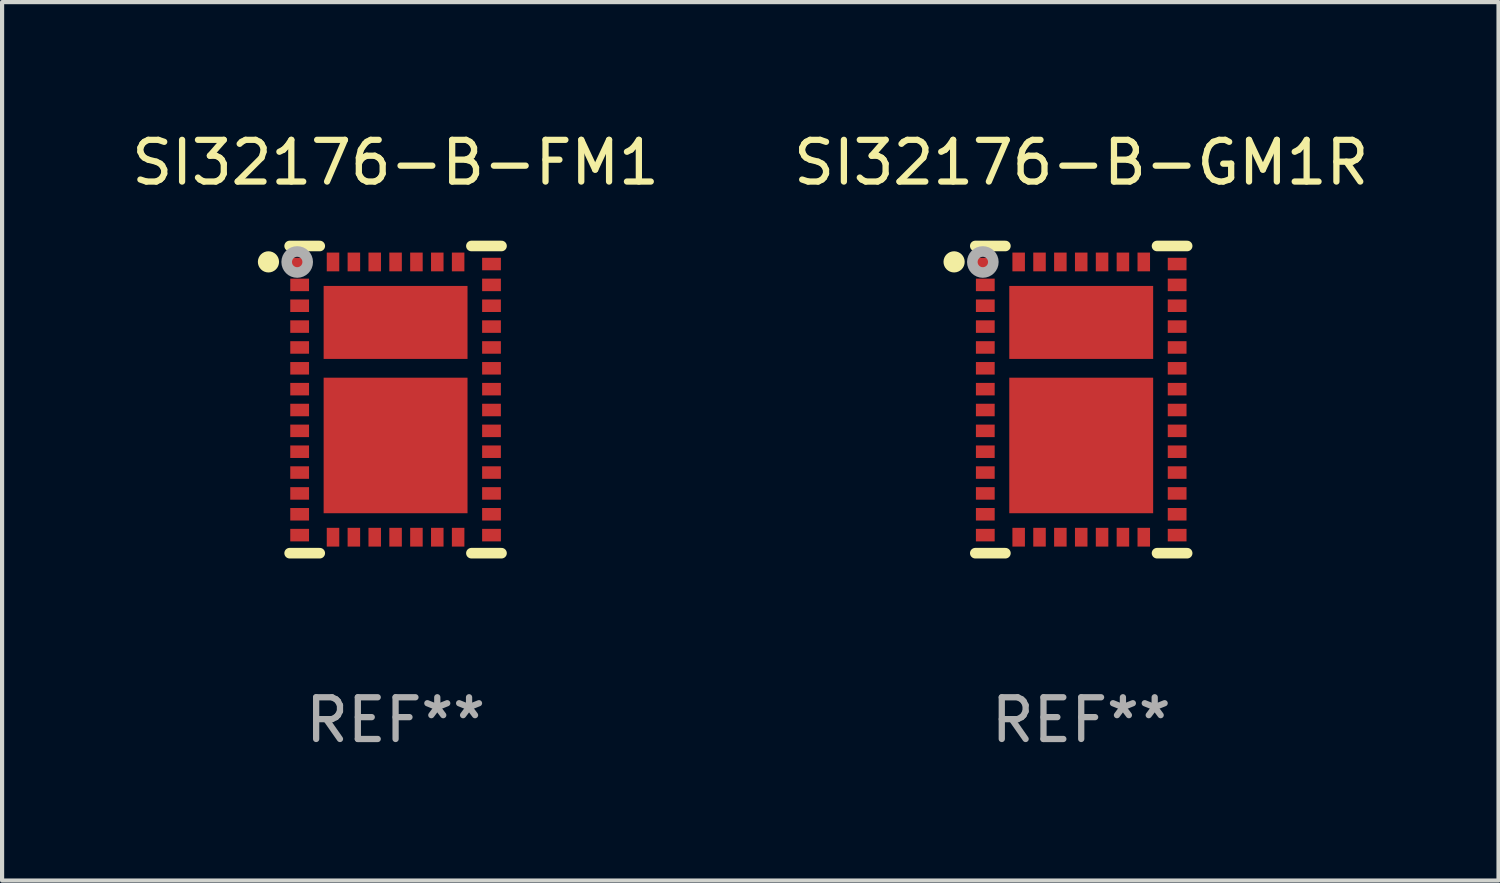
<source format=kicad_pcb>
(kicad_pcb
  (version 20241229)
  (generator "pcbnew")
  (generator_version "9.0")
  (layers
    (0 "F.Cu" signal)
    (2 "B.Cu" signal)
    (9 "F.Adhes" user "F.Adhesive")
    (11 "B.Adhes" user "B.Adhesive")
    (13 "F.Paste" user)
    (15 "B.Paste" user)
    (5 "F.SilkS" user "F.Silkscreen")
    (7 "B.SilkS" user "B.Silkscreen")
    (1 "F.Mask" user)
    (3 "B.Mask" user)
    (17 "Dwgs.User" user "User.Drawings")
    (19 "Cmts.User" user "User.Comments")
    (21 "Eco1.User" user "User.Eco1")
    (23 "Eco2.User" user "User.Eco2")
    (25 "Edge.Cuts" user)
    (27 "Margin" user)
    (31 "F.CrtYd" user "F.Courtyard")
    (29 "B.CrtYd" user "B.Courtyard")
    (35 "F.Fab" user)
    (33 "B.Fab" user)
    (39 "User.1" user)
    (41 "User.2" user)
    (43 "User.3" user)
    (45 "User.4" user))
  (footprint "SI32176-B-GM1R"
    (layer "F.Cu")
    (at 22.875 6.531)
    (property "Reference" "SI32176-B-GM1R" (at 0 -5.683 0) (layer "F.SilkS") (effects (font (size 1 1) (thickness 0.15))))
    (attr through_hole)
    (fp_line (start -1.818 -3.683) (end -2.54 -3.683) (stroke (width 0.254) (type solid)) (layer "F.SilkS"))
    (fp_line (start -1.818 3.683) (end -2.54 3.683) (stroke (width 0.254) (type solid)) (layer "F.SilkS"))
    (fp_line (start 1.818 -3.683) (end 2.54 -3.683) (stroke (width 0.254) (type solid)) (layer "F.SilkS"))
    (fp_line (start 1.818 3.683) (end 2.54 3.683) (stroke (width 0.254) (type solid)) (layer "F.SilkS"))
    (fp_circle (center -3.048 -3.302) (end -2.921 -3.302) (stroke (width 0.254) (type solid)) (fill no) (layer "F.SilkS"))
    (fp_circle (center -2.5 -3.5) (end -2.47 -3.5) (stroke (width 0.06) (type solid)) (fill no) (layer "F.SilkS"))
    (fp_circle (center -2.359 -3.299) (end -2.234 -3.299) (stroke (width 0.254) (type solid)) (fill no) (layer "F.Fab"))
    (fp_text user "REF**" (at 0 7.683 0) (layer "F.Fab") (effects (font (size 1 1) (thickness 0.15))))
    (pad "1" smd rect (at -2.3 -3.25) (size 0.45 0.3) (layers "F.Cu" "F.Mask" "F.Paste"))
    (pad "2" smd rect (at -2.3 -2.75) (size 0.45 0.3) (layers "F.Cu" "F.Mask" "F.Paste"))
    (pad "3" smd rect (at -2.3 -2.25) (size 0.45 0.3) (layers "F.Cu" "F.Mask" "F.Paste"))
    (pad "4" smd rect (at -2.3 -1.75) (size 0.45 0.3) (layers "F.Cu" "F.Mask" "F.Paste"))
    (pad "5" smd rect (at -2.3 -1.25) (size 0.45 0.3) (layers "F.Cu" "F.Mask" "F.Paste"))
    (pad "6" smd rect (at -2.3 -0.75) (size 0.45 0.3) (layers "F.Cu" "F.Mask" "F.Paste"))
    (pad "7" smd rect (at -2.3 -0.25) (size 0.45 0.3) (layers "F.Cu" "F.Mask" "F.Paste"))
    (pad "8" smd rect (at -2.3 0.25) (size 0.45 0.3) (layers "F.Cu" "F.Mask" "F.Paste"))
    (pad "9" smd rect (at -2.3 0.75) (size 0.45 0.3) (layers "F.Cu" "F.Mask" "F.Paste"))
    (pad "10" smd rect (at -2.3 1.25) (size 0.45 0.3) (layers "F.Cu" "F.Mask" "F.Paste"))
    (pad "11" smd rect (at -2.3 1.75) (size 0.45 0.3) (layers "F.Cu" "F.Mask" "F.Paste"))
    (pad "12" smd rect (at -2.3 2.25) (size 0.45 0.3) (layers "F.Cu" "F.Mask" "F.Paste"))
    (pad "13" smd rect (at -2.3 2.75) (size 0.45 0.3) (layers "F.Cu" "F.Mask" "F.Paste"))
    (pad "14" smd rect (at -2.3 3.25) (size 0.45 0.3) (layers "F.Cu" "F.Mask" "F.Paste"))
    (pad "15" smd rect (at -1.5 3.3 90) (size 0.45 0.3) (layers "F.Cu" "F.Mask" "F.Paste"))
    (pad "16" smd rect (at -1 3.3 90) (size 0.45 0.3) (layers "F.Cu" "F.Mask" "F.Paste"))
    (pad "17" smd rect (at -0.5 3.3 90) (size 0.45 0.3) (layers "F.Cu" "F.Mask" "F.Paste"))
    (pad "18" smd rect (at 0 3.3 90) (size 0.45 0.3) (layers "F.Cu" "F.Mask" "F.Paste"))
    (pad "19" smd rect (at 0.5 3.3 90) (size 0.45 0.3) (layers "F.Cu" "F.Mask" "F.Paste"))
    (pad "20" smd rect (at 1 3.3 90) (size 0.45 0.3) (layers "F.Cu" "F.Mask" "F.Paste"))
    (pad "21" smd rect (at 1.5 3.3 90) (size 0.45 0.3) (layers "F.Cu" "F.Mask" "F.Paste"))
    (pad "22" smd rect (at 2.3 3.25 180) (size 0.45 0.3) (layers "F.Cu" "F.Mask" "F.Paste"))
    (pad "23" smd rect (at 2.3 2.75 180) (size 0.45 0.3) (layers "F.Cu" "F.Mask" "F.Paste"))
    (pad "24" smd rect (at 2.3 2.25 180) (size 0.45 0.3) (layers "F.Cu" "F.Mask" "F.Paste"))
    (pad "25" smd rect (at 2.3 1.75 180) (size 0.45 0.3) (layers "F.Cu" "F.Mask" "F.Paste"))
    (pad "26" smd rect (at 2.3 1.25 180) (size 0.45 0.3) (layers "F.Cu" "F.Mask" "F.Paste"))
    (pad "27" smd rect (at 2.3 0.75 180) (size 0.45 0.3) (layers "F.Cu" "F.Mask" "F.Paste"))
    (pad "28" smd rect (at 2.3 0.25 180) (size 0.45 0.3) (layers "F.Cu" "F.Mask" "F.Paste"))
    (pad "29" smd rect (at 2.3 -0.25 180) (size 0.45 0.3) (layers "F.Cu" "F.Mask" "F.Paste"))
    (pad "30" smd rect (at 2.3 -0.75 180) (size 0.45 0.3) (layers "F.Cu" "F.Mask" "F.Paste"))
    (pad "31" smd rect (at 2.3 -1.25 180) (size 0.45 0.3) (layers "F.Cu" "F.Mask" "F.Paste"))
    (pad "32" smd rect (at 2.3 -1.75 180) (size 0.45 0.3) (layers "F.Cu" "F.Mask" "F.Paste"))
    (pad "33" smd rect (at 2.3 -2.25 180) (size 0.45 0.3) (layers "F.Cu" "F.Mask" "F.Paste"))
    (pad "34" smd rect (at 2.3 -2.75 180) (size 0.45 0.3) (layers "F.Cu" "F.Mask" "F.Paste"))
    (pad "35" smd rect (at 2.3 -3.25 180) (size 0.45 0.3) (layers "F.Cu" "F.Mask" "F.Paste"))
    (pad "36" smd rect (at 1.5 -3.3 270) (size 0.45 0.3) (layers "F.Cu" "F.Mask" "F.Paste"))
    (pad "37" smd rect (at 1 -3.3 270) (size 0.45 0.3) (layers "F.Cu" "F.Mask" "F.Paste"))
    (pad "38" smd rect (at 0.5 -3.3 270) (size 0.45 0.3) (layers "F.Cu" "F.Mask" "F.Paste"))
    (pad "39" smd rect (at 0 -3.3 270) (size 0.45 0.3) (layers "F.Cu" "F.Mask" "F.Paste"))
    (pad "40" smd rect (at -0.5 -3.3 270) (size 0.45 0.3) (layers "F.Cu" "F.Mask" "F.Paste"))
    (pad "41" smd rect (at -1 -3.3 270) (size 0.45 0.3) (layers "F.Cu" "F.Mask" "F.Paste"))
    (pad "42" smd rect (at -1.5 -3.3 270) (size 0.45 0.3) (layers "F.Cu" "F.Mask" "F.Paste"))
    (pad "43" smd rect (at 0 1.1 270) (size 3.25 3.45) (layers "F.Cu" "F.Mask" "F.Paste"))
    (pad "44" smd rect (at 0 -1.85 270) (size 1.75 3.45) (layers "F.Cu" "F.Mask" "F.Paste")))
  (footprint "SI32176-B-FM1"
    (layer "F.Cu")
    (at 6.435 6.531)
    (property "Reference" "SI32176-B-FM1" (at 0 -5.683 0) (layer "F.SilkS") (effects (font (size 1 1) (thickness 0.15))))
    (attr through_hole)
    (fp_line (start -1.818 -3.683) (end -2.54 -3.683) (stroke (width 0.254) (type solid)) (layer "F.SilkS"))
    (fp_line (start -1.818 3.683) (end -2.54 3.683) (stroke (width 0.254) (type solid)) (layer "F.SilkS"))
    (fp_line (start 1.818 -3.683) (end 2.54 -3.683) (stroke (width 0.254) (type solid)) (layer "F.SilkS"))
    (fp_line (start 1.818 3.683) (end 2.54 3.683) (stroke (width 0.254) (type solid)) (layer "F.SilkS"))
    (fp_circle (center -3.048 -3.302) (end -2.921 -3.302) (stroke (width 0.254) (type solid)) (fill no) (layer "F.SilkS"))
    (fp_circle (center -2.5 -3.5) (end -2.47 -3.5) (stroke (width 0.06) (type solid)) (fill no) (layer "F.SilkS"))
    (fp_circle (center -2.359 -3.299) (end -2.234 -3.299) (stroke (width 0.254) (type solid)) (fill no) (layer "F.Fab"))
    (fp_text user "REF**" (at 0 7.683 0) (layer "F.Fab") (effects (font (size 1 1) (thickness 0.15))))
    (pad "1" smd rect (at -2.3 -3.25) (size 0.45 0.3) (layers "F.Cu" "F.Mask" "F.Paste"))
    (pad "2" smd rect (at -2.3 -2.75) (size 0.45 0.3) (layers "F.Cu" "F.Mask" "F.Paste"))
    (pad "3" smd rect (at -2.3 -2.25) (size 0.45 0.3) (layers "F.Cu" "F.Mask" "F.Paste"))
    (pad "4" smd rect (at -2.3 -1.75) (size 0.45 0.3) (layers "F.Cu" "F.Mask" "F.Paste"))
    (pad "5" smd rect (at -2.3 -1.25) (size 0.45 0.3) (layers "F.Cu" "F.Mask" "F.Paste"))
    (pad "6" smd rect (at -2.3 -0.75) (size 0.45 0.3) (layers "F.Cu" "F.Mask" "F.Paste"))
    (pad "7" smd rect (at -2.3 -0.25) (size 0.45 0.3) (layers "F.Cu" "F.Mask" "F.Paste"))
    (pad "8" smd rect (at -2.3 0.25) (size 0.45 0.3) (layers "F.Cu" "F.Mask" "F.Paste"))
    (pad "9" smd rect (at -2.3 0.75) (size 0.45 0.3) (layers "F.Cu" "F.Mask" "F.Paste"))
    (pad "10" smd rect (at -2.3 1.25) (size 0.45 0.3) (layers "F.Cu" "F.Mask" "F.Paste"))
    (pad "11" smd rect (at -2.3 1.75) (size 0.45 0.3) (layers "F.Cu" "F.Mask" "F.Paste"))
    (pad "12" smd rect (at -2.3 2.25) (size 0.45 0.3) (layers "F.Cu" "F.Mask" "F.Paste"))
    (pad "13" smd rect (at -2.3 2.75) (size 0.45 0.3) (layers "F.Cu" "F.Mask" "F.Paste"))
    (pad "14" smd rect (at -2.3 3.25) (size 0.45 0.3) (layers "F.Cu" "F.Mask" "F.Paste"))
    (pad "15" smd rect (at -1.5 3.3 90) (size 0.45 0.3) (layers "F.Cu" "F.Mask" "F.Paste"))
    (pad "16" smd rect (at -1 3.3 90) (size 0.45 0.3) (layers "F.Cu" "F.Mask" "F.Paste"))
    (pad "17" smd rect (at -0.5 3.3 90) (size 0.45 0.3) (layers "F.Cu" "F.Mask" "F.Paste"))
    (pad "18" smd rect (at 0 3.3 90) (size 0.45 0.3) (layers "F.Cu" "F.Mask" "F.Paste"))
    (pad "19" smd rect (at 0.5 3.3 90) (size 0.45 0.3) (layers "F.Cu" "F.Mask" "F.Paste"))
    (pad "20" smd rect (at 1 3.3 90) (size 0.45 0.3) (layers "F.Cu" "F.Mask" "F.Paste"))
    (pad "21" smd rect (at 1.5 3.3 90) (size 0.45 0.3) (layers "F.Cu" "F.Mask" "F.Paste"))
    (pad "22" smd rect (at 2.3 3.25 180) (size 0.45 0.3) (layers "F.Cu" "F.Mask" "F.Paste"))
    (pad "23" smd rect (at 2.3 2.75 180) (size 0.45 0.3) (layers "F.Cu" "F.Mask" "F.Paste"))
    (pad "24" smd rect (at 2.3 2.25 180) (size 0.45 0.3) (layers "F.Cu" "F.Mask" "F.Paste"))
    (pad "25" smd rect (at 2.3 1.75 180) (size 0.45 0.3) (layers "F.Cu" "F.Mask" "F.Paste"))
    (pad "26" smd rect (at 2.3 1.25 180) (size 0.45 0.3) (layers "F.Cu" "F.Mask" "F.Paste"))
    (pad "27" smd rect (at 2.3 0.75 180) (size 0.45 0.3) (layers "F.Cu" "F.Mask" "F.Paste"))
    (pad "28" smd rect (at 2.3 0.25 180) (size 0.45 0.3) (layers "F.Cu" "F.Mask" "F.Paste"))
    (pad "29" smd rect (at 2.3 -0.25 180) (size 0.45 0.3) (layers "F.Cu" "F.Mask" "F.Paste"))
    (pad "30" smd rect (at 2.3 -0.75 180) (size 0.45 0.3) (layers "F.Cu" "F.Mask" "F.Paste"))
    (pad "31" smd rect (at 2.3 -1.25 180) (size 0.45 0.3) (layers "F.Cu" "F.Mask" "F.Paste"))
    (pad "32" smd rect (at 2.3 -1.75 180) (size 0.45 0.3) (layers "F.Cu" "F.Mask" "F.Paste"))
    (pad "33" smd rect (at 2.3 -2.25 180) (size 0.45 0.3) (layers "F.Cu" "F.Mask" "F.Paste"))
    (pad "34" smd rect (at 2.3 -2.75 180) (size 0.45 0.3) (layers "F.Cu" "F.Mask" "F.Paste"))
    (pad "35" smd rect (at 2.3 -3.25 180) (size 0.45 0.3) (layers "F.Cu" "F.Mask" "F.Paste"))
    (pad "36" smd rect (at 1.5 -3.3 270) (size 0.45 0.3) (layers "F.Cu" "F.Mask" "F.Paste"))
    (pad "37" smd rect (at 1 -3.3 270) (size 0.45 0.3) (layers "F.Cu" "F.Mask" "F.Paste"))
    (pad "38" smd rect (at 0.5 -3.3 270) (size 0.45 0.3) (layers "F.Cu" "F.Mask" "F.Paste"))
    (pad "39" smd rect (at 0 -3.3 270) (size 0.45 0.3) (layers "F.Cu" "F.Mask" "F.Paste"))
    (pad "40" smd rect (at -0.5 -3.3 270) (size 0.45 0.3) (layers "F.Cu" "F.Mask" "F.Paste"))
    (pad "41" smd rect (at -1 -3.3 270) (size 0.45 0.3) (layers "F.Cu" "F.Mask" "F.Paste"))
    (pad "42" smd rect (at -1.5 -3.3 270) (size 0.45 0.3) (layers "F.Cu" "F.Mask" "F.Paste"))
    (pad "43" smd rect (at 0 1.1 270) (size 3.25 3.45) (layers "F.Cu" "F.Mask" "F.Paste"))
    (pad "44" smd rect (at 0 -1.85 270) (size 1.75 3.45) (layers "F.Cu" "F.Mask" "F.Paste")))
  (gr_rect
    (start -3 -3)
    (end 32.881 18.063)
    (stroke (width 0.1) (type default))
    (fill no)
    (layer "Edge.Cuts")))
</source>
